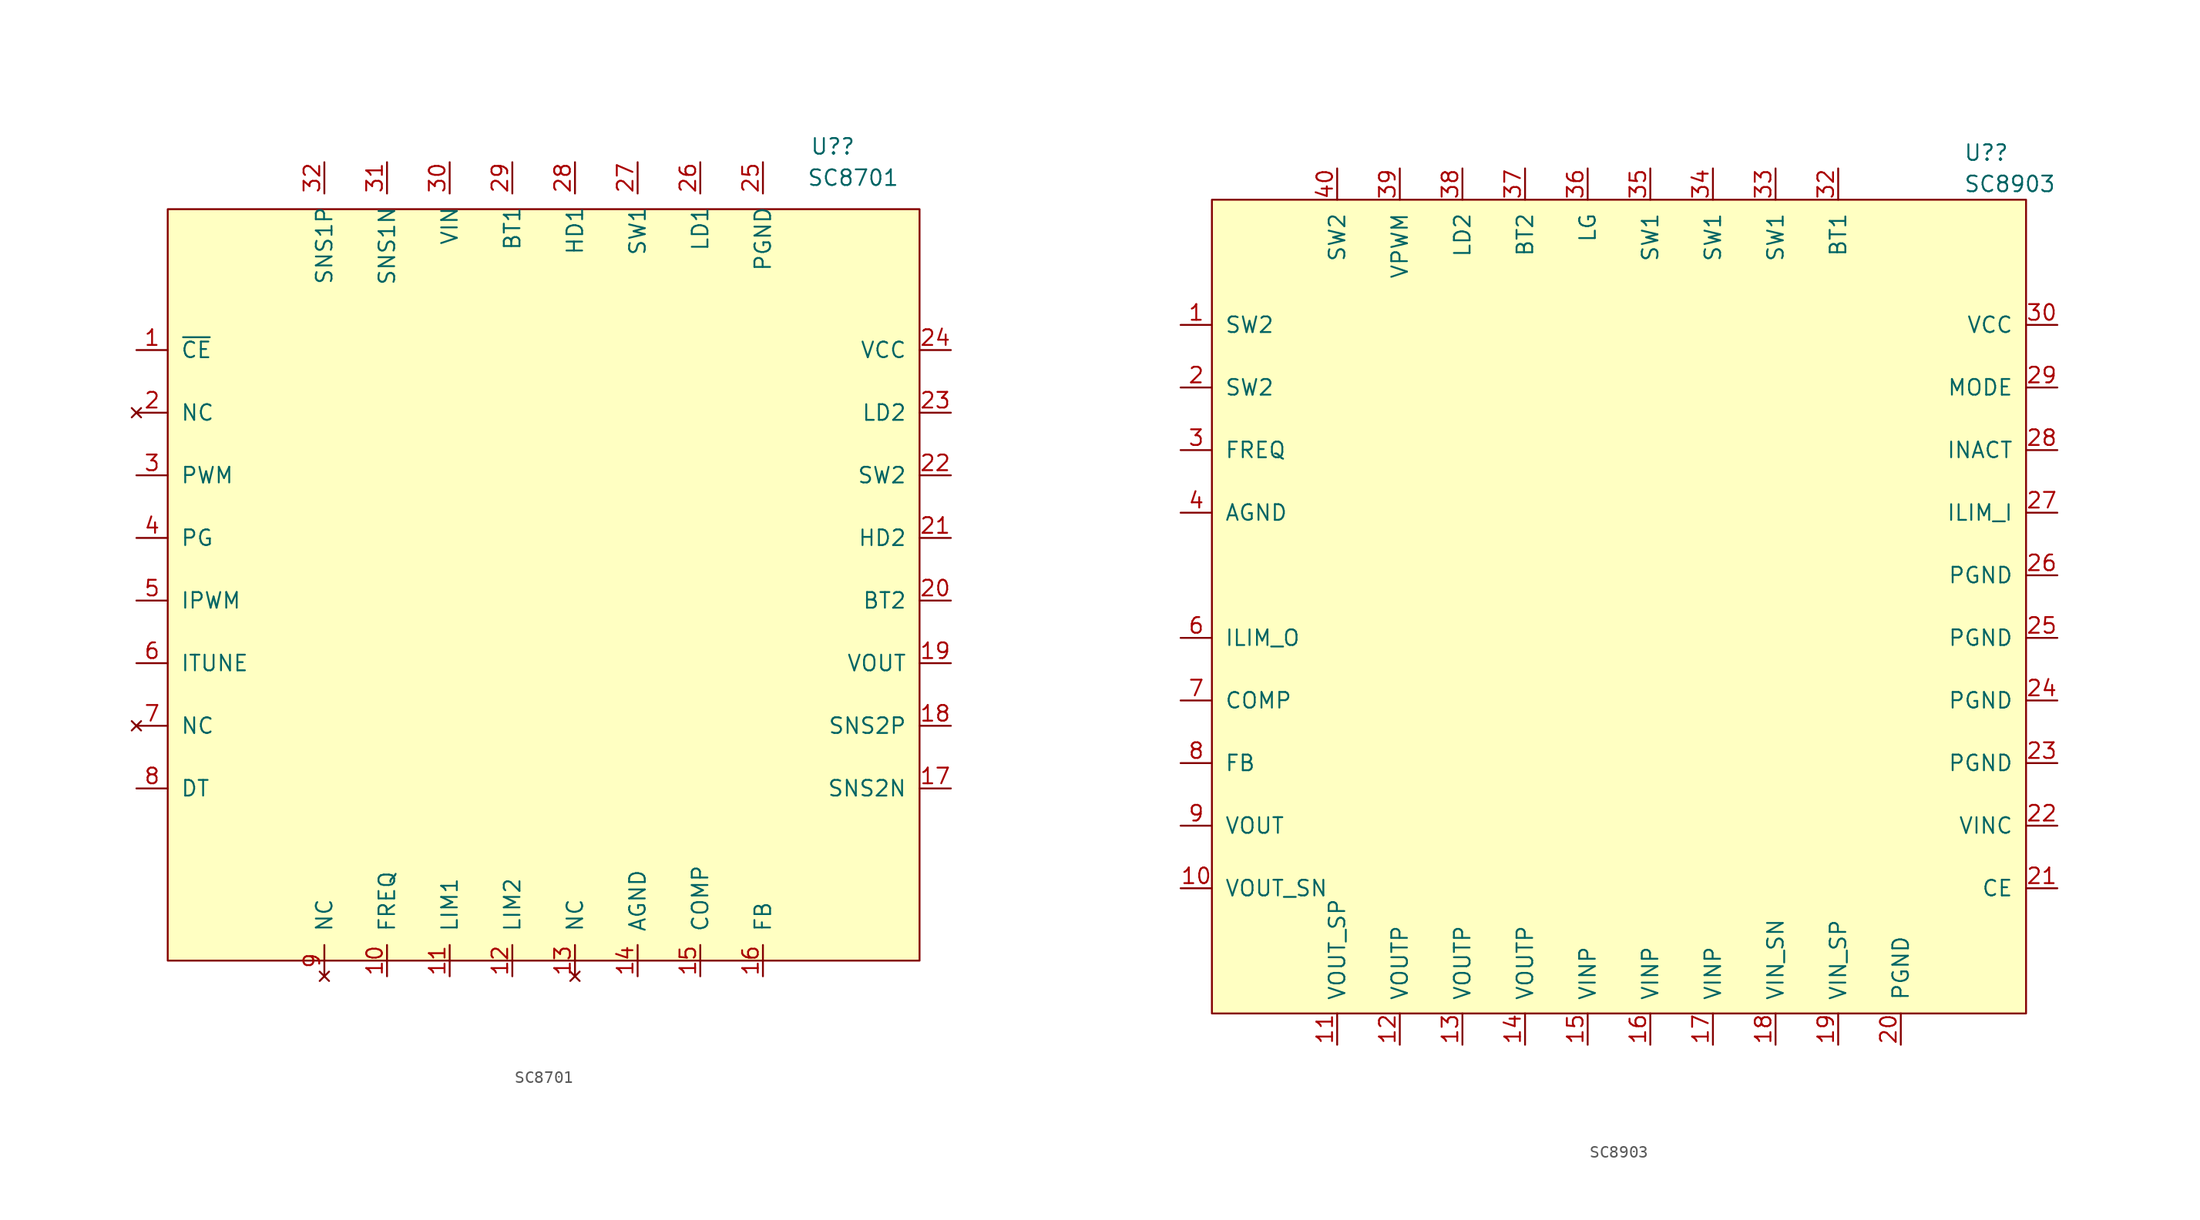
<source format=kicad_sym>
(kicad_symbol_lib
  (version 20241209)
  (generator "kicad_symbol_editor")
  (generator_version "9.0")
  (symbol "SC8701"
    (pin_names
      (offset 1.016))
    (property "Reference" "U?"
      (at 21.59 34.29 0)
      (effects (font (size 1.27 1.27)) (justify left)))
    (property "Value" "SC8701"
      (at 21.336 31.75 0)
      (effects (font (size 1.27 1.27)) (justify left)))
    (symbol "SC8701_0_1"
      (rectangle (start -30.48 29.21) (end 30.48 -31.75) (stroke (width 0) (type default)) (fill (type background))))
    (symbol "SC8701_1_1"
      (pin input line (at -33.02 17.78 0) (length 2.54) (name "~{CE}" (effects (font (size 1.27 1.27)))) (number "1" (effects (font (size 1.27 1.27)))))
      (pin no_connect line (at -33.02 12.7 0) (length 2.54) (name "NC" (effects (font (size 1.27 1.27)))) (number "2" (effects (font (size 1.27 1.27)))))
      (pin input line (at -33.02 7.62 0) (length 2.54) (name "PWM" (effects (font (size 1.27 1.27)))) (number "3" (effects (font (size 1.27 1.27)))))
      (pin output line (at -33.02 2.54 0) (length 2.54) (name "PG" (effects (font (size 1.27 1.27)))) (number "4" (effects (font (size 1.27 1.27)))))
      (pin input line (at -33.02 -2.54 0) (length 2.54) (name "IPWM" (effects (font (size 1.27 1.27)))) (number "5" (effects (font (size 1.27 1.27)))))
      (pin input line (at -33.02 -7.62 0) (length 2.54) (name "ITUNE" (effects (font (size 1.27 1.27)))) (number "6" (effects (font (size 1.27 1.27)))))
      (pin no_connect line (at -33.02 -12.7 0) (length 2.54) (name "NC" (effects (font (size 1.27 1.27)))) (number "7" (effects (font (size 1.27 1.27)))))
      (pin input line (at -33.02 -17.78 0) (length 2.54) (name "DT" (effects (font (size 1.27 1.27)))) (number "8" (effects (font (size 1.27 1.27)))))
      (pin input line (at -17.78 33.02 270) (length 2.54) (name "SNS1P" (effects (font (size 1.27 1.27)))) (number "32" (effects (font (size 1.27 1.27)))))
      (pin no_connect line (at -17.78 -33.02 90) (length 2.54) (name "NC" (effects (font (size 1.27 1.27)))) (number "9" (effects (font (size 1.27 1.27)))))
      (pin input line (at -12.7 33.02 270) (length 2.54) (name "SNS1N" (effects (font (size 1.27 1.27)))) (number "31" (effects (font (size 1.27 1.27)))))
      (pin input line (at -12.7 -33.02 90) (length 2.54) (name "FREQ" (effects (font (size 1.27 1.27)))) (number "10" (effects (font (size 1.27 1.27)))))
      (pin power_in line (at -7.62 33.02 270) (length 2.54) (name "VIN" (effects (font (size 1.27 1.27)))) (number "30" (effects (font (size 1.27 1.27)))))
      (pin input line (at -7.62 -33.02 90) (length 2.54) (name "LIM1" (effects (font (size 1.27 1.27)))) (number "11" (effects (font (size 1.27 1.27)))))
      (pin power_in line (at -2.54 33.02 270) (length 2.54) (name "BT1" (effects (font (size 1.27 1.27)))) (number "29" (effects (font (size 1.27 1.27)))))
      (pin input line (at -2.54 -33.02 90) (length 2.54) (name "LIM2" (effects (font (size 1.27 1.27)))) (number "12" (effects (font (size 1.27 1.27)))))
      (pin output line (at 2.54 33.02 270) (length 2.54) (name "HD1" (effects (font (size 1.27 1.27)))) (number "28" (effects (font (size 1.27 1.27)))))
      (pin no_connect line (at 2.54 -33.02 90) (length 2.54) (name "NC" (effects (font (size 1.27 1.27)))) (number "13" (effects (font (size 1.27 1.27)))))
      (pin output line (at 7.62 33.02 270) (length 2.54) (name "SW1" (effects (font (size 1.27 1.27)))) (number "27" (effects (font (size 1.27 1.27)))))
      (pin power_in line (at 7.62 -33.02 90) (length 2.54) (name "AGND" (effects (font (size 1.27 1.27)))) (number "14" (effects (font (size 1.27 1.27)))))
      (pin output line (at 12.7 33.02 270) (length 2.54) (name "LD1" (effects (font (size 1.27 1.27)))) (number "26" (effects (font (size 1.27 1.27)))))
      (pin output line (at 12.7 -33.02 90) (length 2.54) (name "COMP" (effects (font (size 1.27 1.27)))) (number "15" (effects (font (size 1.27 1.27)))))
      (pin power_in line (at 17.78 33.02 270) (length 2.54) (name "PGND" (effects (font (size 1.27 1.27)))) (number "25" (effects (font (size 1.27 1.27)))))
      (pin input line (at 17.78 -33.02 90) (length 2.54) (name "FB" (effects (font (size 1.27 1.27)))) (number "16" (effects (font (size 1.27 1.27)))))
      (pin output line (at 33.02 17.78 180) (length 2.54) (name "VCC" (effects (font (size 1.27 1.27)))) (number "24" (effects (font (size 1.27 1.27)))))
      (pin output line (at 33.02 12.7 180) (length 2.54) (name "LD2" (effects (font (size 1.27 1.27)))) (number "23" (effects (font (size 1.27 1.27)))))
      (pin input line (at 33.02 7.62 180) (length 2.54) (name "SW2" (effects (font (size 1.27 1.27)))) (number "22" (effects (font (size 1.27 1.27)))))
      (pin output line (at 33.02 2.54 180) (length 2.54) (name "HD2" (effects (font (size 1.27 1.27)))) (number "21" (effects (font (size 1.27 1.27)))))
      (pin power_in line (at 33.02 -2.54 180) (length 2.54) (name "BT2" (effects (font (size 1.27 1.27)))) (number "20" (effects (font (size 1.27 1.27)))))
      (pin input line (at 33.02 -7.62 180) (length 2.54) (name "VOUT" (effects (font (size 1.27 1.27)))) (number "19" (effects (font (size 1.27 1.27)))))
      (pin input line (at 33.02 -12.7 180) (length 2.54) (name "SNS2P" (effects (font (size 1.27 1.27)))) (number "18" (effects (font (size 1.27 1.27)))))
      (pin input line (at 33.02 -17.78 180) (length 2.54) (name "SNS2N" (effects (font (size 1.27 1.27)))) (number "17" (effects (font (size 1.27 1.27)))))))
  (symbol "SC8903"
    (pin_names
      (offset 1.016))
    (property "Reference" "U?"
      (at 27.94 36.83 0)
      (effects (font (size 1.27 1.27)) (justify left)))
    (property "Value" "SC8903"
      (at 27.94 34.29 0)
      (effects (font (size 1.27 1.27)) (justify left)))
    (symbol "SC8903_0_1"
      (rectangle (start -33.02 33.02) (end 33.02 -33.02) (stroke (width 0) (type default)) (fill (type background))))
    (symbol "SC8903_1_1"
      (pin bidirectional line (at -35.56 22.86 0) (length 2.54) (name "SW2" (effects (font (size 1.27 1.27)))) (number "1" (effects (font (size 1.27 1.27)))))
      (pin bidirectional line (at -35.56 17.78 0) (length 2.54) (name "SW2" (effects (font (size 1.27 1.27)))) (number "2" (effects (font (size 1.27 1.27)))))
      (pin input line (at -35.56 12.7 0) (length 2.54) (name "FREQ" (effects (font (size 1.27 1.27)))) (number "3" (effects (font (size 1.27 1.27)))))
      (pin power_in line (at -35.56 7.62 0) (length 2.54) (name "AGND" (effects (font (size 1.27 1.27)))) (number "4" (effects (font (size 1.27 1.27)))))
      (pin no_connect line (at -35.56 2.54 0) (length 2.54) (hide yes) (name "NC" (effects (font (size 1.27 1.27)))) (number "5" (effects (font (size 1.27 1.27)))))
      (pin input line (at -35.56 -2.54 0) (length 2.54) (name "ILIM_O" (effects (font (size 1.27 1.27)))) (number "6" (effects (font (size 1.27 1.27)))))
      (pin input line (at -35.56 -7.62 0) (length 2.54) (name "COMP" (effects (font (size 1.27 1.27)))) (number "7" (effects (font (size 1.27 1.27)))))
      (pin input line (at -35.56 -12.7 0) (length 2.54) (name "FB" (effects (font (size 1.27 1.27)))) (number "8" (effects (font (size 1.27 1.27)))))
      (pin power_out line (at -35.56 -17.78 0) (length 2.54) (name "VOUT" (effects (font (size 1.27 1.27)))) (number "9" (effects (font (size 1.27 1.27)))))
      (pin input line (at -35.56 -22.86 0) (length 2.54) (name "VOUT_SN" (effects (font (size 1.27 1.27)))) (number "10" (effects (font (size 1.27 1.27)))))
      (pin bidirectional line (at -22.86 35.56 270) (length 2.54) (name "SW2" (effects (font (size 1.27 1.27)))) (number "40" (effects (font (size 1.27 1.27)))))
      (pin input line (at -22.86 -35.56 90) (length 2.54) (name "VOUT_SP" (effects (font (size 1.27 1.27)))) (number "11" (effects (font (size 1.27 1.27)))))
      (pin input line (at -17.78 35.56 270) (length 2.54) (name "VPWM" (effects (font (size 1.27 1.27)))) (number "39" (effects (font (size 1.27 1.27)))))
      (pin power_out line (at -17.78 -35.56 90) (length 2.54) (name "VOUTP" (effects (font (size 1.27 1.27)))) (number "12" (effects (font (size 1.27 1.27)))))
      (pin output line (at -12.7 35.56 270) (length 2.54) (name "LD2" (effects (font (size 1.27 1.27)))) (number "38" (effects (font (size 1.27 1.27)))))
      (pin power_out line (at -12.7 -35.56 90) (length 2.54) (name "VOUTP" (effects (font (size 1.27 1.27)))) (number "13" (effects (font (size 1.27 1.27)))))
      (pin input line (at -7.62 35.56 270) (length 2.54) (name "BT2" (effects (font (size 1.27 1.27)))) (number "37" (effects (font (size 1.27 1.27)))))
      (pin power_out line (at -7.62 -35.56 90) (length 2.54) (name "VOUTP" (effects (font (size 1.27 1.27)))) (number "14" (effects (font (size 1.27 1.27)))))
      (pin input line (at -2.54 35.56 270) (length 2.54) (name "LG" (effects (font (size 1.27 1.27)))) (number "36" (effects (font (size 1.27 1.27)))))
      (pin power_in line (at -2.54 -35.56 90) (length 2.54) (name "VINP" (effects (font (size 1.27 1.27)))) (number "15" (effects (font (size 1.27 1.27)))))
      (pin bidirectional line (at 2.54 35.56 270) (length 2.54) (name "SW1" (effects (font (size 1.27 1.27)))) (number "35" (effects (font (size 1.27 1.27)))))
      (pin power_in line (at 2.54 -35.56 90) (length 2.54) (name "VINP" (effects (font (size 1.27 1.27)))) (number "16" (effects (font (size 1.27 1.27)))))
      (pin bidirectional line (at 7.62 35.56 270) (length 2.54) (name "SW1" (effects (font (size 1.27 1.27)))) (number "34" (effects (font (size 1.27 1.27)))))
      (pin power_in line (at 7.62 -35.56 90) (length 2.54) (name "VINP" (effects (font (size 1.27 1.27)))) (number "17" (effects (font (size 1.27 1.27)))))
      (pin bidirectional line (at 12.7 35.56 270) (length 2.54) (name "SW1" (effects (font (size 1.27 1.27)))) (number "33" (effects (font (size 1.27 1.27)))))
      (pin input line (at 12.7 -35.56 90) (length 2.54) (name "VIN_SN" (effects (font (size 1.27 1.27)))) (number "18" (effects (font (size 1.27 1.27)))))
      (pin input line (at 17.78 35.56 270) (length 2.54) (name "BT1" (effects (font (size 1.27 1.27)))) (number "32" (effects (font (size 1.27 1.27)))))
      (pin input line (at 17.78 -35.56 90) (length 2.54) (name "VIN_SP" (effects (font (size 1.27 1.27)))) (number "19" (effects (font (size 1.27 1.27)))))
      (pin no_connect line (at 22.86 35.56 270) (length 2.54) (hide yes) (name "NC" (effects (font (size 1.27 1.27)))) (number "31" (effects (font (size 1.27 1.27)))))
      (pin power_in line (at 22.86 -35.56 90) (length 2.54) (name "PGND" (effects (font (size 1.27 1.27)))) (number "20" (effects (font (size 1.27 1.27)))))
      (pin power_out line (at 35.56 22.86 180) (length 2.54) (name "VCC" (effects (font (size 1.27 1.27)))) (number "30" (effects (font (size 1.27 1.27)))))
      (pin output line (at 35.56 17.78 180) (length 2.54) (name "MODE" (effects (font (size 1.27 1.27)))) (number "29" (effects (font (size 1.27 1.27)))))
      (pin output line (at 35.56 12.7 180) (length 2.54) (name "INACT" (effects (font (size 1.27 1.27)))) (number "28" (effects (font (size 1.27 1.27)))))
      (pin input line (at 35.56 7.62 180) (length 2.54) (name "ILIM_I" (effects (font (size 1.27 1.27)))) (number "27" (effects (font (size 1.27 1.27)))))
      (pin power_in line (at 35.56 2.54 180) (length 2.54) (name "PGND" (effects (font (size 1.27 1.27)))) (number "26" (effects (font (size 1.27 1.27)))))
      (pin power_in line (at 35.56 -2.54 180) (length 2.54) (name "PGND" (effects (font (size 1.27 1.27)))) (number "25" (effects (font (size 1.27 1.27)))))
      (pin power_in line (at 35.56 -7.62 180) (length 2.54) (name "PGND" (effects (font (size 1.27 1.27)))) (number "24" (effects (font (size 1.27 1.27)))))
      (pin power_in line (at 35.56 -12.7 180) (length 2.54) (name "PGND" (effects (font (size 1.27 1.27)))) (number "23" (effects (font (size 1.27 1.27)))))
      (pin input line (at 35.56 -17.78 180) (length 2.54) (name "VINC" (effects (font (size 1.27 1.27)))) (number "22" (effects (font (size 1.27 1.27)))))
      (pin input line (at 35.56 -22.86 180) (length 2.54) (name "CE" (effects (font (size 1.27 1.27)))) (number "21" (effects (font (size 1.27 1.27))))))))
</source>
